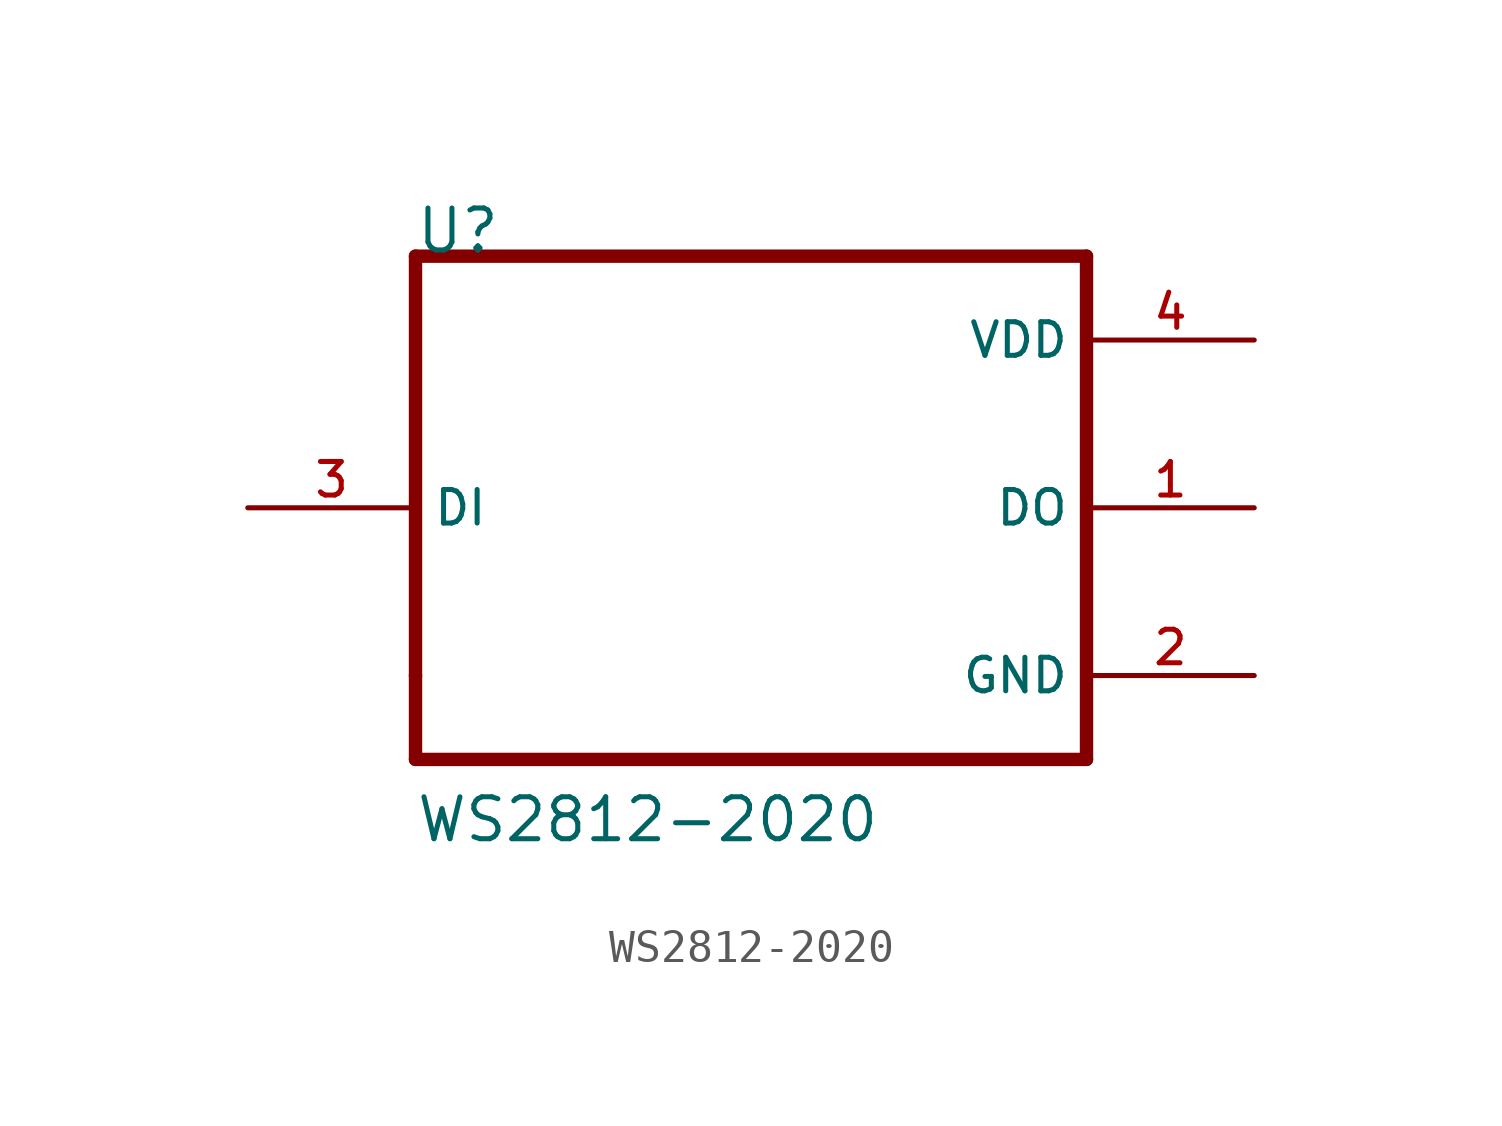
<source format=kicad_sym>
(kicad_symbol_lib
  (version 20200126)
  (host kicad_symbol_editor "(5.99.0-1933-g2401ed587)")
  (symbol "ck-parts:WS2812-2020"
    (property "Reference" "U"
      (at -10.185 7.645 0)
      (effects (font (size 1.27 1.27)) (justify left bottom)))
    (property "Value" "WS2812-2020"
      (at -10.185 -10.185 0)
      (effects (font (size 1.27 1.27)) (justify left bottom)))
    (property "ki_locked" ""
      (at 0 0 0)
      (effects (font (size 1.27 1.27))))
    (symbol "WS2812-2020_0_0"
      (polyline (pts (xy -10.16 7.62) (xy 10.16 7.62)) (stroke (width 0.406)) (fill (type none)))
      (polyline (pts (xy 10.16 7.62) (xy 10.16 -7.62)) (stroke (width 0.406)) (fill (type none)))
      (polyline (pts (xy 10.16 -7.62) (xy -10.16 -7.62)) (stroke (width 0.406)) (fill (type none)))
      (polyline (pts (xy -10.16 -7.62) (xy -10.16 -5.08)) (stroke (width 0.406)) (fill (type none)))
      (polyline (pts (xy -10.16 -5.08) (xy -10.16 7.62)) (stroke (width 0.406)) (fill (type none)))
      (pin input line (at -15.24 0 0) (length 5.08) (name "DI" (effects (font (size 1.016 1.016)))) (number "3" (effects (font (size 1.016 1.016)))))
      (pin output line (at 15.24 0 180) (length 5.08) (name "DO" (effects (font (size 1.016 1.016)))) (number "1" (effects (font (size 1.016 1.016)))))
      (pin power_in line (at 15.24 -5.08 180) (length 5.08) (name "GND" (effects (font (size 1.016 1.016)))) (number "2" (effects (font (size 1.016 1.016)))))
      (pin power_in line (at 15.24 5.08 180) (length 5.08) (name "VDD" (effects (font (size 1.016 1.016)))) (number "4" (effects (font (size 1.016 1.016))))))))
</source>
